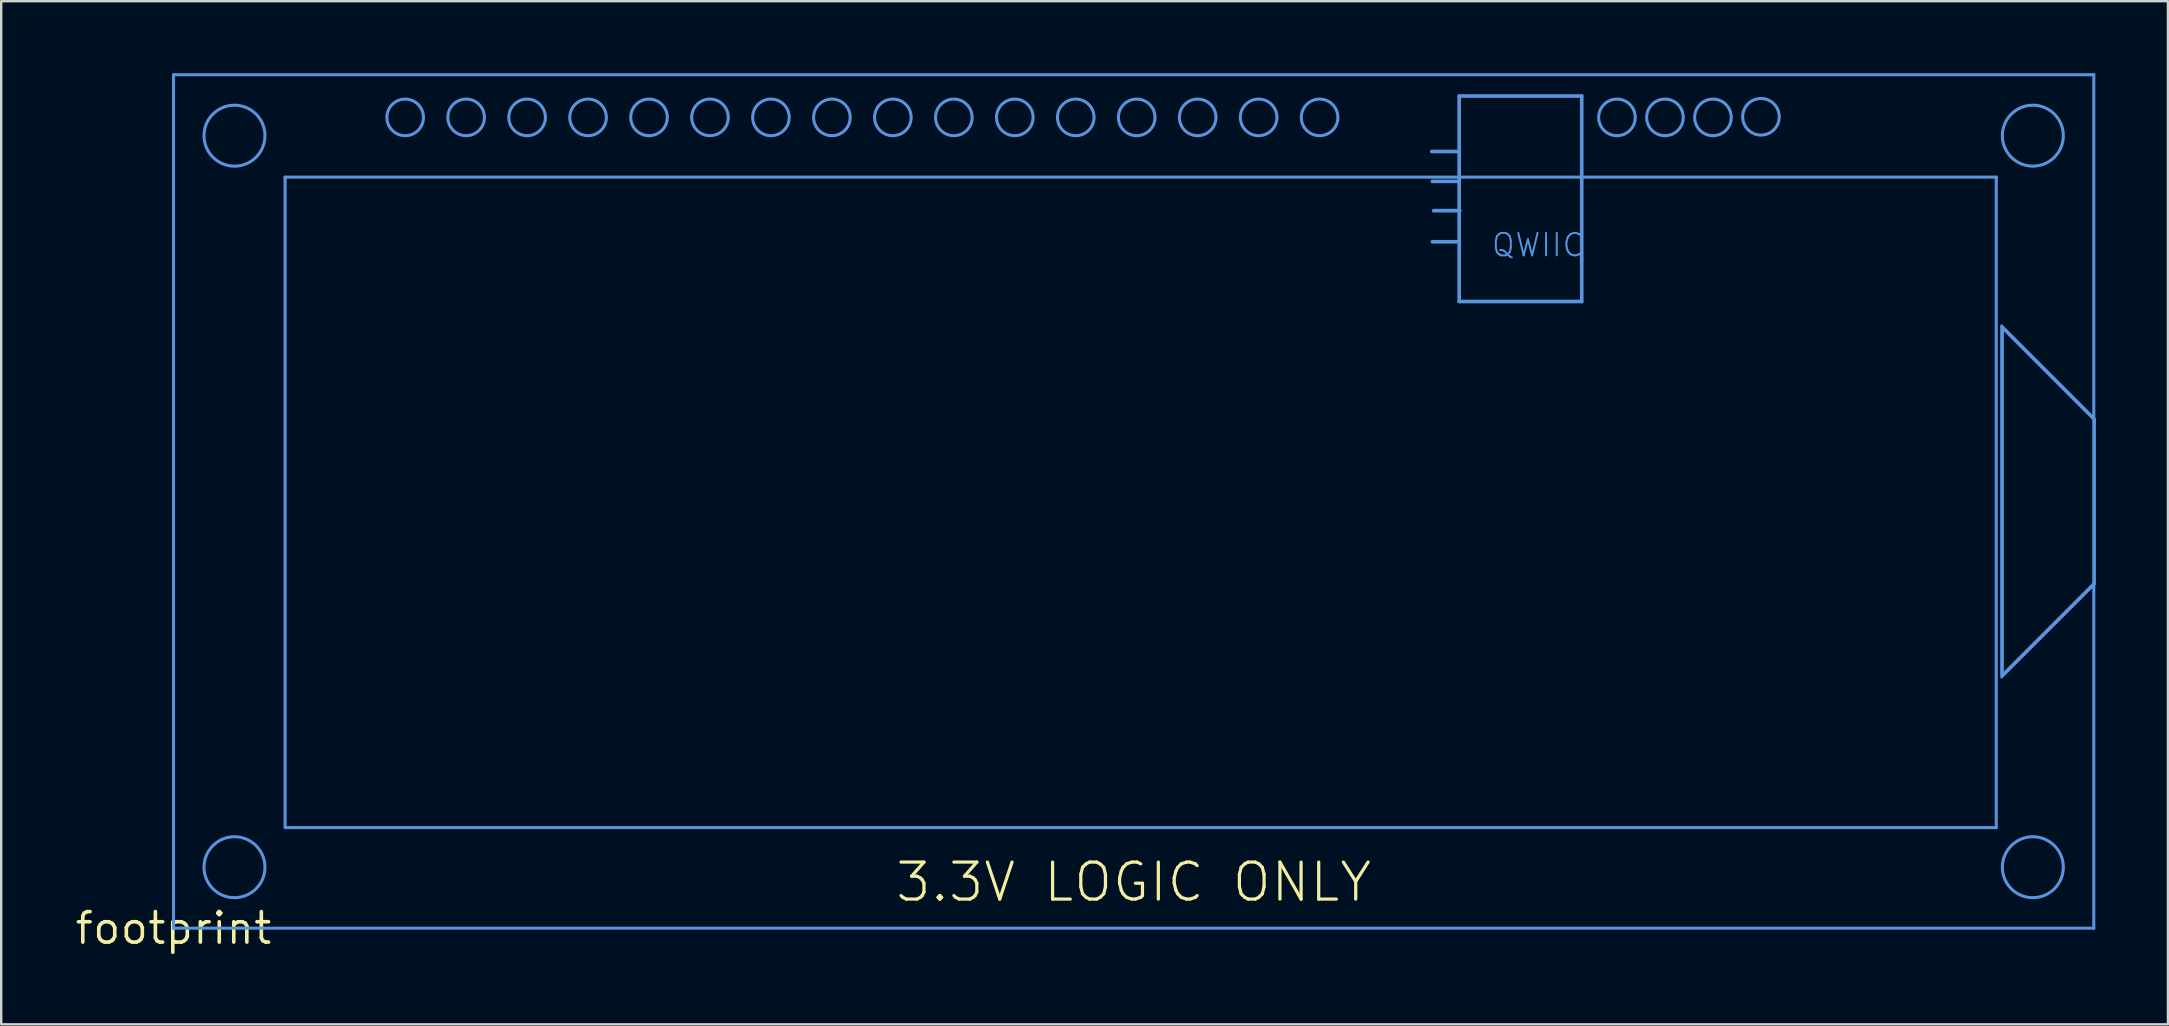
<source format=kicad_pcb>
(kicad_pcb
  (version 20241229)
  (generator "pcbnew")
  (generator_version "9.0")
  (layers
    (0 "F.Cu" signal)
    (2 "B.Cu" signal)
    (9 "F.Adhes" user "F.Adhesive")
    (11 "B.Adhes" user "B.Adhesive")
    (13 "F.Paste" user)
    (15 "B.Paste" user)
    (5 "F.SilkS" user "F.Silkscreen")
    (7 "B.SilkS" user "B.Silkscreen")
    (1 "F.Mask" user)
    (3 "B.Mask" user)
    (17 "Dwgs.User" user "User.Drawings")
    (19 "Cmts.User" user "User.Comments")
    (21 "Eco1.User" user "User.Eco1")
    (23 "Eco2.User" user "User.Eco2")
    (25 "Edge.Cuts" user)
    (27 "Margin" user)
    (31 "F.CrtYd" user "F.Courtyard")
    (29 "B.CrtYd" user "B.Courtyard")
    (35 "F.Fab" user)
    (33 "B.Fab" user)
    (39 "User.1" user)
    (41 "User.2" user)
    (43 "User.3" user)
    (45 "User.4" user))
  (footprint "footprint"
    (layer "F.Cu")
    (at 4.18 35.623)
    (property "Reference" "footprint" (at 0 0 0) (layer "F.SilkS") (effects (font (size 1.27 1.27) (thickness 0.15))))
    (fp_line (start 0 -35.56) (end 0 0) (stroke (width 0.127) (type solid)) (layer "Cmts.User"))
    (fp_line (start 0 0) (end 80.01 0) (stroke (width 0.127) (type solid)) (layer "Cmts.User"))
    (fp_line (start 4.648 -4.216) (end 4.648 -31.293) (stroke (width 0.127) (type solid)) (layer "Cmts.User"))
    (fp_line (start 53.518 -32.36) (end 52.426 -32.36) (stroke (width 0.152) (type solid)) (layer "Cmts.User"))
    (fp_line (start 53.543 -31.115) (end 52.451 -31.115) (stroke (width 0.152) (type solid)) (layer "Cmts.User"))
    (fp_line (start 53.543 -28.6) (end 52.451 -28.6) (stroke (width 0.152) (type solid)) (layer "Cmts.User"))
    (fp_line (start 53.569 -34.671) (end 58.674 -34.671) (stroke (width 0.152) (type solid)) (layer "Cmts.User"))
    (fp_line (start 53.569 -26.111) (end 53.569 -34.671) (stroke (width 0.152) (type solid)) (layer "Cmts.User"))
    (fp_line (start 53.594 -29.896) (end 52.502 -29.896) (stroke (width 0.152) (type solid)) (layer "Cmts.User"))
    (fp_line (start 58.674 -34.671) (end 58.674 -26.111) (stroke (width 0.152) (type solid)) (layer "Cmts.User"))
    (fp_line (start 58.674 -26.111) (end 53.569 -26.111) (stroke (width 0.152) (type solid)) (layer "Cmts.User"))
    (fp_line (start 75.946 -31.293) (end 4.648 -31.293) (stroke (width 0.127) (type solid)) (layer "Cmts.User"))
    (fp_line (start 75.946 -4.191) (end 4.648 -4.191) (stroke (width 0.127) (type solid)) (layer "Cmts.User"))
    (fp_line (start 75.946 -4.191) (end 75.946 -31.293) (stroke (width 0.127) (type solid)) (layer "Cmts.User"))
    (fp_line (start 76.2 -25.019) (end 76.2 -10.541) (stroke (width 0.127) (type solid)) (layer "Cmts.User"))
    (fp_line (start 76.2 -25.019) (end 80.01 -21.209) (stroke (width 0.127) (type solid)) (layer "Cmts.User"))
    (fp_line (start 76.2 -10.541) (end 80.01 -14.351) (stroke (width 0.127) (type solid)) (layer "Cmts.User"))
    (fp_line (start 80.01 -35.56) (end 0 -35.56) (stroke (width 0.127) (type solid)) (layer "Cmts.User"))
    (fp_line (start 80.01 -21.209) (end 80.01 -35.56) (stroke (width 0.127) (type solid)) (layer "Cmts.User"))
    (fp_line (start 80.01 -14.351) (end 80.01 -21.209) (stroke (width 0.127) (type solid)) (layer "Cmts.User"))
    (fp_line (start 80.01 0) (end 80.01 -14.351) (stroke (width 0.127) (type solid)) (layer "Cmts.User"))
    (fp_circle (center 2.54 -33.02) (end 3.81 -33.02) (stroke (width 0.127) (type solid)) (fill no) (layer "Cmts.User"))
    (fp_circle (center 2.54 -2.54) (end 3.81 -2.54) (stroke (width 0.127) (type solid)) (fill no) (layer "Cmts.User"))
    (fp_circle (center 9.652 -33.782) (end 10.414 -33.782) (stroke (width 0.127) (type solid)) (fill no) (layer "Cmts.User"))
    (fp_circle (center 12.192 -33.782) (end 12.954 -33.782) (stroke (width 0.127) (type solid)) (fill no) (layer "Cmts.User"))
    (fp_circle (center 14.732 -33.782) (end 15.494 -33.782) (stroke (width 0.127) (type solid)) (fill no) (layer "Cmts.User"))
    (fp_circle (center 17.272 -33.782) (end 18.034 -33.782) (stroke (width 0.127) (type solid)) (fill no) (layer "Cmts.User"))
    (fp_circle (center 19.812 -33.782) (end 20.574 -33.782) (stroke (width 0.127) (type solid)) (fill no) (layer "Cmts.User"))
    (fp_circle (center 22.352 -33.782) (end 23.114 -33.782) (stroke (width 0.127) (type solid)) (fill no) (layer "Cmts.User"))
    (fp_circle (center 24.892 -33.782) (end 25.654 -33.782) (stroke (width 0.127) (type solid)) (fill no) (layer "Cmts.User"))
    (fp_circle (center 27.432 -33.782) (end 28.194 -33.782) (stroke (width 0.127) (type solid)) (fill no) (layer "Cmts.User"))
    (fp_circle (center 29.972 -33.782) (end 30.734 -33.782) (stroke (width 0.127) (type solid)) (fill no) (layer "Cmts.User"))
    (fp_circle (center 32.512 -33.782) (end 33.274 -33.782) (stroke (width 0.127) (type solid)) (fill no) (layer "Cmts.User"))
    (fp_circle (center 35.052 -33.782) (end 35.814 -33.782) (stroke (width 0.127) (type solid)) (fill no) (layer "Cmts.User"))
    (fp_circle (center 37.592 -33.782) (end 38.354 -33.782) (stroke (width 0.127) (type solid)) (fill no) (layer "Cmts.User"))
    (fp_circle (center 40.132 -33.782) (end 40.894 -33.782) (stroke (width 0.127) (type solid)) (fill no) (layer "Cmts.User"))
    (fp_circle (center 42.672 -33.782) (end 43.434 -33.782) (stroke (width 0.127) (type solid)) (fill no) (layer "Cmts.User"))
    (fp_circle (center 45.212 -33.782) (end 45.974 -33.782) (stroke (width 0.127) (type solid)) (fill no) (layer "Cmts.User"))
    (fp_circle (center 47.752 -33.782) (end 48.514 -33.782) (stroke (width 0.127) (type solid)) (fill no) (layer "Cmts.User"))
    (fp_circle (center 60.142 -33.782) (end 60.904 -33.782) (stroke (width 0.127) (type solid)) (fill no) (layer "Cmts.User"))
    (fp_circle (center 62.142 -33.782) (end 62.904 -33.782) (stroke (width 0.127) (type solid)) (fill no) (layer "Cmts.User"))
    (fp_circle (center 64.142 -33.782) (end 64.904 -33.782) (stroke (width 0.127) (type solid)) (fill no) (layer "Cmts.User"))
    (fp_circle (center 66.142 -33.807) (end 66.904 -33.807) (stroke (width 0.127) (type solid)) (fill no) (layer "Cmts.User"))
    (fp_circle (center 77.47 -33.02) (end 78.74 -33.02) (stroke (width 0.127) (type solid)) (fill no) (layer "Cmts.User"))
    (fp_circle (center 77.47 -2.54) (end 78.74 -2.54) (stroke (width 0.127) (type solid)) (fill no) (layer "Cmts.User"))
    (fp_poly (pts (xy 80.048 -21.225) (xy 80.048 -14.335) (xy 76.162 -10.449) (xy 76.162 -25.111)) (stroke (width 0.1) (type solid)) (fill no) (layer "Cmts.User"))
    (fp_text user "3.3V LOGIC ONLY" (at 40.005 -1.016 0) (layer "F.SilkS") (effects (font (size 1.542 1.542) (thickness 0.134)) (justify bottom)))
    (fp_text user "QWIIC" (at 54.864 -27.915 0) (layer "Cmts.User") (effects (font (size 0.935 0.935) (thickness 0.081)) (justify left bottom))))
  (gr_rect
    (start -3 -3)
    (end 87.278 39.63)
    (stroke (width 0.1) (type default))
    (fill no)
    (layer "Edge.Cuts")))
</source>
